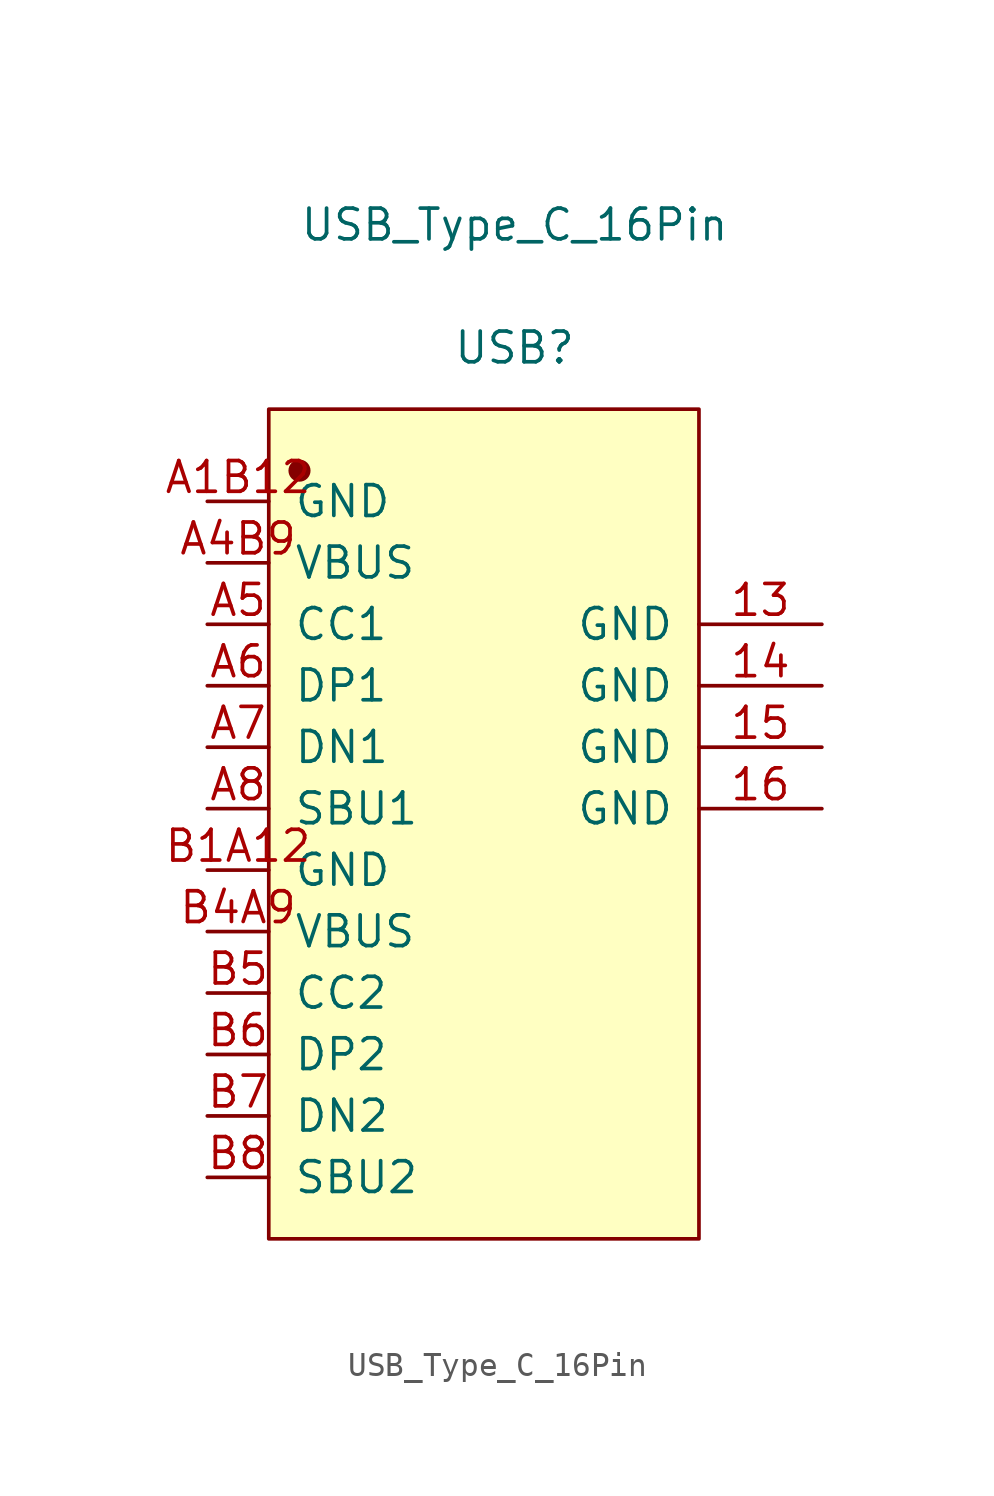
<source format=kicad_sym>
(kicad_symbol_lib
  (version 20211014)
  (generator kicad_symbol_editor)
  (symbol "USB_Type_C_16Pin"
    (pin_names
      (offset 1.016))
    (property "Reference" "USB"
      (at 0 19.05 0)
      (effects (font (size 1.27 1.27))))
    (property "Value" "USB_Type_C_16Pin"
      (at 0 24.13 0)
      (effects (font (size 1.27 1.27))))
    (symbol "USB_Type_C_16Pin_1_1"
      (rectangle (start -10.16 16.51) (end 7.62 -17.78) (stroke (width 0.152) (type default) (color 0 0 0 0)) (fill (type background)))
      (circle (center -8.89 13.97) (radius 0.381) (stroke (width 0.152) (type default) (color 0 0 0 0)) (fill (type outline)))
      (pin input line (at 12.7 7.62 180) (length 5.08) (name "GND" (effects (font (size 1.27 1.27)))) (number "13" (effects (font (size 1.27 1.27)))))
      (pin input line (at 12.7 5.08 180) (length 5.08) (name "GND" (effects (font (size 1.27 1.27)))) (number "14" (effects (font (size 1.27 1.27)))))
      (pin input line (at 12.7 2.54 180) (length 5.08) (name "GND" (effects (font (size 1.27 1.27)))) (number "15" (effects (font (size 1.27 1.27)))))
      (pin input line (at 12.7 0 180) (length 5.08) (name "GND" (effects (font (size 1.27 1.27)))) (number "16" (effects (font (size 1.27 1.27)))))
      (pin input line (at -12.7 12.7 0) (length 2.54) (name "GND" (effects (font (size 1.27 1.27)))) (number "A1B12" (effects (font (size 1.27 1.27)))))
      (pin input line (at -12.7 10.16 0) (length 2.54) (name "VBUS" (effects (font (size 1.27 1.27)))) (number "A4B9" (effects (font (size 1.27 1.27)))))
      (pin input line (at -12.7 7.62 0) (length 2.54) (name "CC1" (effects (font (size 1.27 1.27)))) (number "A5" (effects (font (size 1.27 1.27)))))
      (pin input line (at -12.7 5.08 0) (length 2.54) (name "DP1" (effects (font (size 1.27 1.27)))) (number "A6" (effects (font (size 1.27 1.27)))))
      (pin input line (at -12.7 2.54 0) (length 2.54) (name "DN1" (effects (font (size 1.27 1.27)))) (number "A7" (effects (font (size 1.27 1.27)))))
      (pin input line (at -12.7 0 0) (length 2.54) (name "SBU1" (effects (font (size 1.27 1.27)))) (number "A8" (effects (font (size 1.27 1.27)))))
      (pin input line (at -12.7 -2.54 0) (length 2.54) (name "GND" (effects (font (size 1.27 1.27)))) (number "B1A12" (effects (font (size 1.27 1.27)))))
      (pin input line (at -12.7 -5.08 0) (length 2.54) (name "VBUS" (effects (font (size 1.27 1.27)))) (number "B4A9" (effects (font (size 1.27 1.27)))))
      (pin input line (at -12.7 -7.62 0) (length 2.54) (name "CC2" (effects (font (size 1.27 1.27)))) (number "B5" (effects (font (size 1.27 1.27)))))
      (pin input line (at -12.7 -10.16 0) (length 2.54) (name "DP2" (effects (font (size 1.27 1.27)))) (number "B6" (effects (font (size 1.27 1.27)))))
      (pin input line (at -12.7 -12.7 0) (length 2.54) (name "DN2" (effects (font (size 1.27 1.27)))) (number "B7" (effects (font (size 1.27 1.27)))))
      (pin input line (at -12.7 -15.24 0) (length 2.54) (name "SBU2" (effects (font (size 1.27 1.27)))) (number "B8" (effects (font (size 1.27 1.27))))))))
</source>
